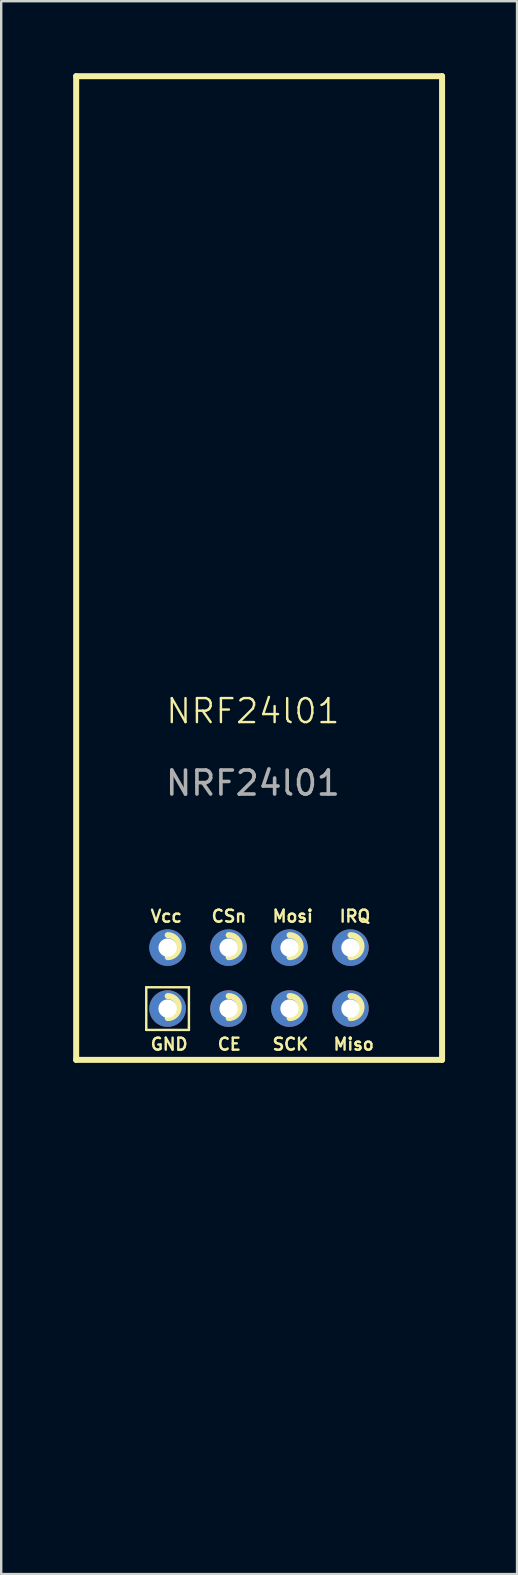
<source format=kicad_pcb>
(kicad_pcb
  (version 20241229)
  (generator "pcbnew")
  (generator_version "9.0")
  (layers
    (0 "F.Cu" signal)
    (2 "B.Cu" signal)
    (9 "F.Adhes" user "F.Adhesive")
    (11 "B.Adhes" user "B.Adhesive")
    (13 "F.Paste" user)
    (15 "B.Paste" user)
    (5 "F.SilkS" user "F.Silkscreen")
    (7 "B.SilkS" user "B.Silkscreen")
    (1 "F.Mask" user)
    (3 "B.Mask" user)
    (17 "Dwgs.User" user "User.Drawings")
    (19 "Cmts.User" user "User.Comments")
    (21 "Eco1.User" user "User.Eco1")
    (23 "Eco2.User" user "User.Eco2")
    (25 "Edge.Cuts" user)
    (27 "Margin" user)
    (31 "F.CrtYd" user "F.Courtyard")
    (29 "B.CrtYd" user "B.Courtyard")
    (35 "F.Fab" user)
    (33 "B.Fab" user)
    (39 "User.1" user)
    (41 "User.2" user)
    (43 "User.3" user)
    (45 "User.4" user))
  (footprint "NRF24l01"
    (layer "F.Cu")
    (at 7.999 59.307)
    (property "Reference" "NRF24l01" (at -0.508 -32.718 0) (unlocked yes) (layer "F.SilkS") (effects (font (size 1 1) (thickness 0.1))))
    (attr through_hole)
    (fp_line (start -7.874 -59.182) (end -7.874 -18.182) (stroke (width 0.25) (type solid)) (layer "F.SilkS"))
    (fp_line (start -7.874 -18.182) (end 7.376 -18.182) (stroke (width 0.25) (type solid)) (layer "F.SilkS"))
    (fp_line (start -4.953 -21.209) (end -4.953 -19.431) (stroke (width 0.1) (type default)) (layer "F.SilkS"))
    (fp_line (start -4.953 -21.209) (end -3.175 -21.209) (stroke (width 0.1) (type default)) (layer "F.SilkS"))
    (fp_line (start -3.175 -21.209) (end -3.175 -19.558) (stroke (width 0.1) (type default)) (layer "F.SilkS"))
    (fp_line (start -3.175 -19.558) (end -3.175 -19.431) (stroke (width 0.1) (type default)) (layer "F.SilkS"))
    (fp_line (start -3.175 -19.431) (end -4.953 -19.431) (stroke (width 0.1) (type default)) (layer "F.SilkS"))
    (fp_line (start 7.376 -59.182) (end -7.874 -59.182) (stroke (width 0.25) (type solid)) (layer "F.SilkS"))
    (fp_line (start 7.376 -18.182) (end 7.376 -59.182) (stroke (width 0.25) (type solid)) (layer "F.SilkS"))
    (fp_arc (start -4.059 -23.382) (mid -3.599 -22.922) (end -4.059 -22.462) (stroke (width 0.25) (type solid)) (layer "F.SilkS"))
    (fp_arc (start -4.059 -20.842) (mid -3.599 -20.382) (end -4.059 -19.922) (stroke (width 0.25) (type solid)) (layer "F.SilkS"))
    (fp_arc (start -1.519 -23.382) (mid -1.059 -22.922) (end -1.519 -22.462) (stroke (width 0.25) (type solid)) (layer "F.SilkS"))
    (fp_arc (start -1.519 -20.842) (mid -1.059 -20.382) (end -1.519 -19.922) (stroke (width 0.25) (type solid)) (layer "F.SilkS"))
    (fp_arc (start 1.021 -23.382) (mid 1.481 -22.922) (end 1.021 -22.462) (stroke (width 0.25) (type solid)) (layer "F.SilkS"))
    (fp_arc (start 1.021 -20.842) (mid 1.481 -20.382) (end 1.021 -19.922) (stroke (width 0.25) (type solid)) (layer "F.SilkS"))
    (fp_arc (start 3.561 -23.382) (mid 4.021 -22.922) (end 3.561 -22.462) (stroke (width 0.25) (type solid)) (layer "F.SilkS"))
    (fp_arc (start 3.561 -20.842) (mid 4.021 -20.382) (end 3.561 -19.922) (stroke (width 0.25) (type solid)) (layer "F.SilkS"))
    (fp_text user "IRQ" (at 3.048 -23.876 0) (unlocked yes) (layer "F.SilkS") (effects (font (size 0.5 0.5) (thickness 0.1)) (justify left bottom)))
    (fp_text user "CSn" (at -2.286 -23.876 0) (unlocked yes) (layer "F.SilkS") (effects (font (size 0.5 0.5) (thickness 0.1)) (justify left bottom)))
    (fp_text user "CE" (at -2.032 -18.542 0) (unlocked yes) (layer "F.SilkS") (effects (font (size 0.5 0.5) (thickness 0.1)) (justify left bottom)))
    (fp_text user "GND" (at -4.826 -18.542 0) (unlocked yes) (layer "F.SilkS") (effects (font (size 0.5 0.5) (thickness 0.1)) (justify left bottom)))
    (fp_text user "Mosi" (at 0.254 -23.876 0) (unlocked yes) (layer "F.SilkS") (effects (font (size 0.5 0.5) (thickness 0.1)) (justify left bottom)))
    (fp_text user "Vcc" (at -4.826 -23.876 0) (unlocked yes) (layer "F.SilkS") (effects (font (size 0.5 0.5) (thickness 0.1)) (justify left bottom)))
    (fp_text user "Miso" (at 2.794 -18.542 0) (unlocked yes) (layer "F.SilkS") (effects (font (size 0.5 0.5) (thickness 0.1)) (justify left bottom)))
    (fp_text user "SCK" (at 0.254 -18.542 0) (unlocked yes) (layer "F.SilkS") (effects (font (size 0.5 0.5) (thickness 0.1)) (justify left bottom)))
    (fp_text user "${REFERENCE}" (at -0.508 -29.718 0) (unlocked yes) (layer "F.Fab") (effects (font (size 1 1) (thickness 0.15))))
    (pad "1" thru_hole circle (at -4.064 -20.32) (size 1.524 1.524) (drill 0.762) (layers "*.Cu" "*.Mask"))
    (pad "2" thru_hole circle (at -4.064 -22.86) (size 1.524 1.524) (drill 0.762) (layers "*.Cu" "*.Mask"))
    (pad "3" thru_hole circle (at -1.524 -20.32) (size 1.524 1.524) (drill 0.762) (layers "*.Cu" "*.Mask"))
    (pad "4" thru_hole circle (at -1.524 -22.86) (size 1.524 1.524) (drill 0.762) (layers "*.Cu" "*.Mask"))
    (pad "5" thru_hole circle (at 1.016 -20.32) (size 1.524 1.524) (drill 0.762) (layers "*.Cu" "*.Mask"))
    (pad "6" thru_hole circle (at 1.016 -22.86) (size 1.524 1.524) (drill 0.762) (layers "*.Cu" "*.Mask"))
    (pad "7" thru_hole circle (at 3.556 -20.32) (size 1.524 1.524) (drill 0.762) (layers "*.Cu" "*.Mask"))
    (pad "8" thru_hole circle (at 3.556 -22.86) (size 1.524 1.524) (drill 0.762) (layers "*.Cu" "*.Mask")))
  (gr_rect
    (start -3 -3)
    (end 18.5 62.557)
    (stroke (width 0.1) (type default))
    (fill no)
    (layer "Edge.Cuts")))
</source>
